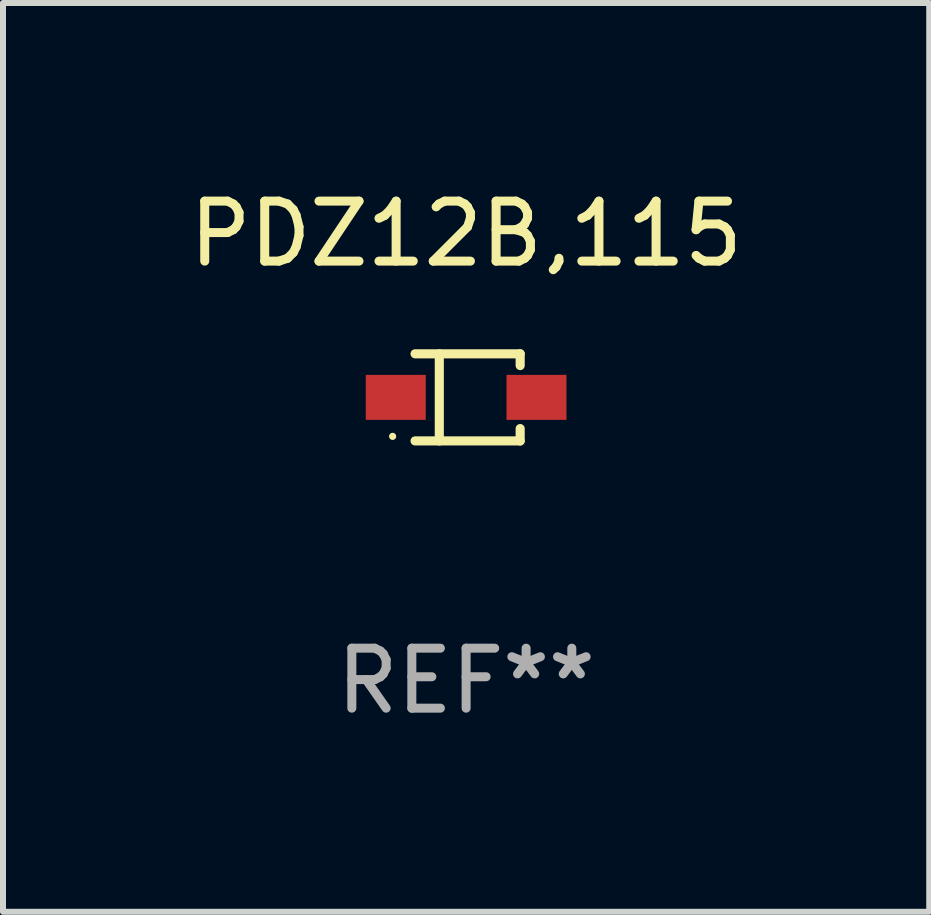
<source format=kicad_pcb>
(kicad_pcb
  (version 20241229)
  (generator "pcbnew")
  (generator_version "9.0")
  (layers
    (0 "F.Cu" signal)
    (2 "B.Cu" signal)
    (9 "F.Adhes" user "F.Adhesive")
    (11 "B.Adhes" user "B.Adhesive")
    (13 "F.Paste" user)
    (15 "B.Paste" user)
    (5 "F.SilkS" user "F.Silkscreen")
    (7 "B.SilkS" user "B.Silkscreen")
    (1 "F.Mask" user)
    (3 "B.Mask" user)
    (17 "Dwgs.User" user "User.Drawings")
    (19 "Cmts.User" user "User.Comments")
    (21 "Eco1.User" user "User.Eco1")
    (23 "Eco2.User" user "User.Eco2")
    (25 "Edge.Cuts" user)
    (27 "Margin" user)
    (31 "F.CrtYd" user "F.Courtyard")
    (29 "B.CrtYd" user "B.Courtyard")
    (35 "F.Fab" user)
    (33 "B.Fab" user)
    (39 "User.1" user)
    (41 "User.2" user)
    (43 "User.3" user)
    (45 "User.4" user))
  (footprint "PDZ12B,115"
    (layer "F.Cu")
    (at 4.72 3.574)
    (property "Reference" "PDZ12B,115" (at 0 -2.726 0) (layer "F.SilkS") (effects (font (size 1 1) (thickness 0.15))))
    (attr through_hole)
    (fp_line (start -0.851 -0.726) (end 0.901 -0.726) (stroke (width 0.152) (type solid)) (layer "F.SilkS"))
    (fp_line (start -0.851 0.726) (end 0.901 0.726) (stroke (width 0.152) (type solid)) (layer "F.SilkS"))
    (fp_line (start -0.447 -0.726) (end -0.447 0.726) (stroke (width 0.152) (type solid)) (layer "F.SilkS"))
    (fp_line (start 0.901 -0.726) (end 0.901 -0.53) (stroke (width 0.152) (type solid)) (layer "F.SilkS"))
    (fp_line (start 0.901 0.726) (end 0.901 0.52) (stroke (width 0.152) (type solid)) (layer "F.SilkS"))
    (fp_circle (center -1.225 0.65) (end -1.195 0.65) (stroke (width 0.06) (type solid)) (fill no) (layer "F.SilkS"))
    (fp_text user "REF**" (at 0 4.726 0) (layer "F.Fab") (effects (font (size 1 1) (thickness 0.15))))
    (pad "1" smd rect (at -1.173 0) (size 1 0.75) (layers "F.Cu" "F.Mask" "F.Paste"))
    (pad "2" smd rect (at 1.173 0) (size 1 0.75) (layers "F.Cu" "F.Mask" "F.Paste")))
  (gr_rect
    (start -3 -3)
    (end 12.44 12.149)
    (stroke (width 0.1) (type default))
    (fill no)
    (layer "Edge.Cuts")))
</source>
